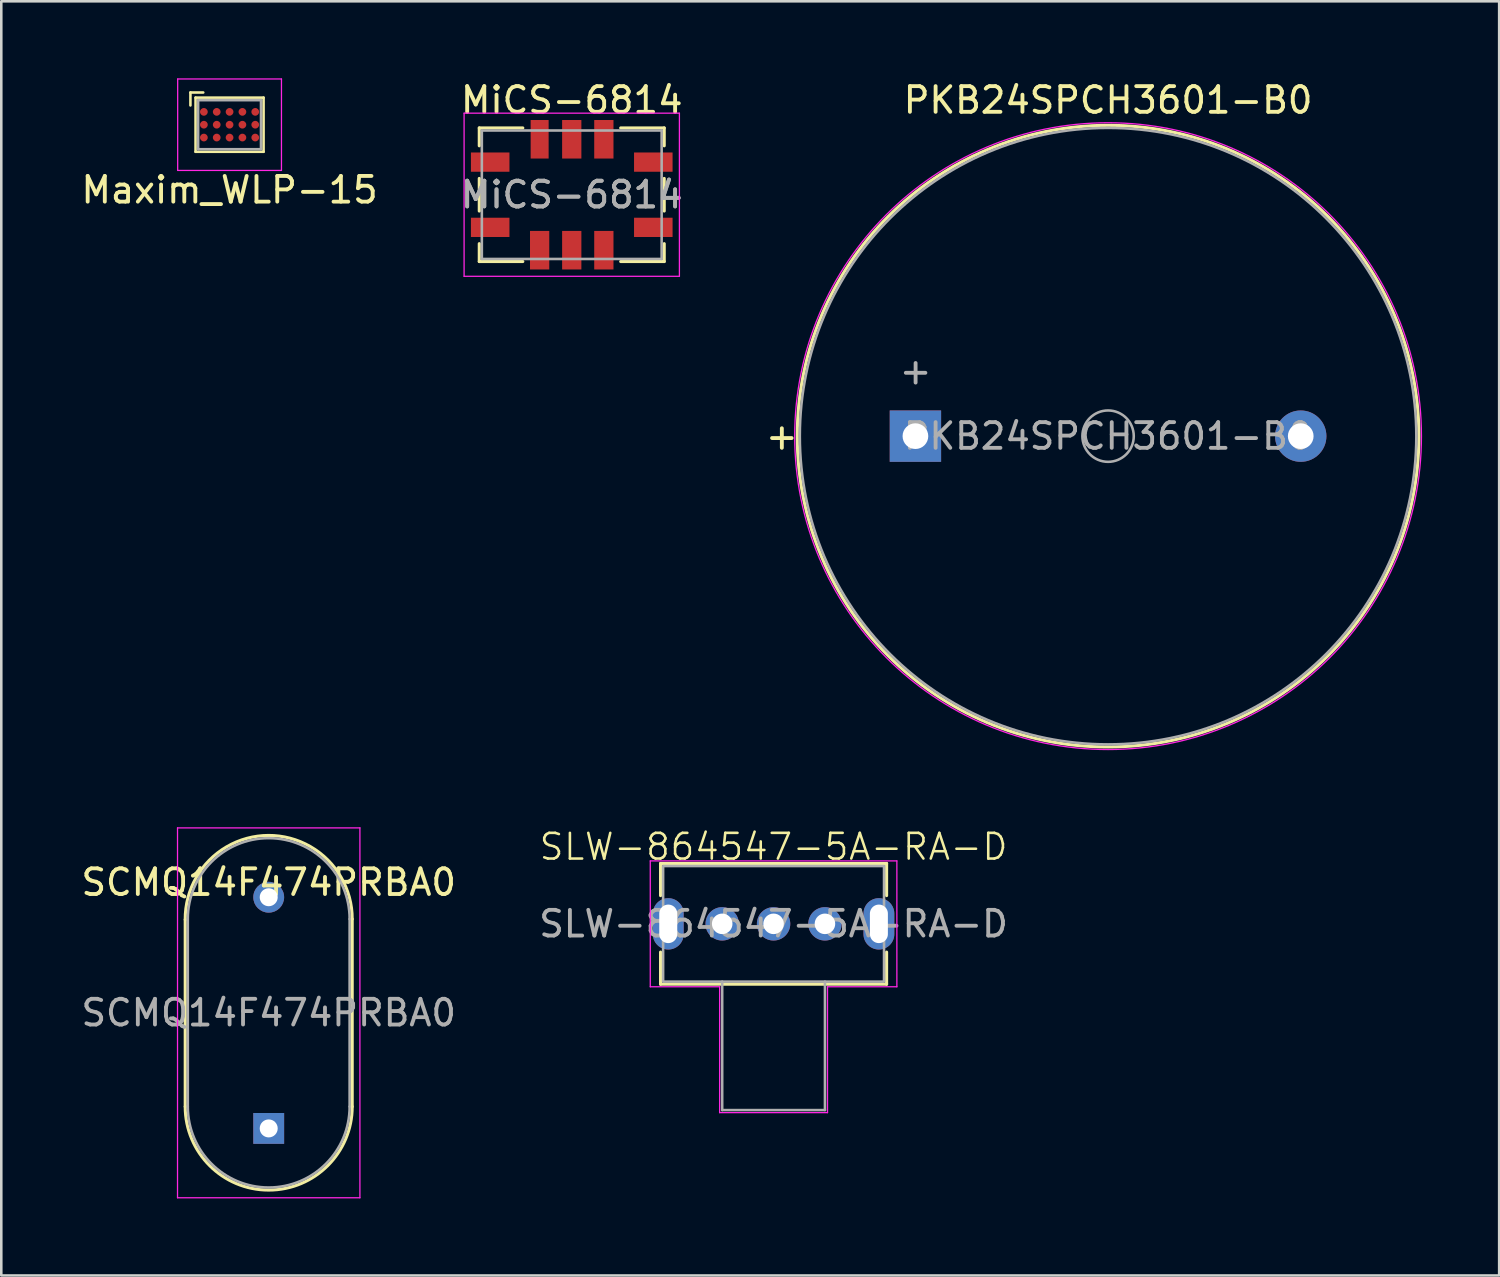
<source format=kicad_pcb>
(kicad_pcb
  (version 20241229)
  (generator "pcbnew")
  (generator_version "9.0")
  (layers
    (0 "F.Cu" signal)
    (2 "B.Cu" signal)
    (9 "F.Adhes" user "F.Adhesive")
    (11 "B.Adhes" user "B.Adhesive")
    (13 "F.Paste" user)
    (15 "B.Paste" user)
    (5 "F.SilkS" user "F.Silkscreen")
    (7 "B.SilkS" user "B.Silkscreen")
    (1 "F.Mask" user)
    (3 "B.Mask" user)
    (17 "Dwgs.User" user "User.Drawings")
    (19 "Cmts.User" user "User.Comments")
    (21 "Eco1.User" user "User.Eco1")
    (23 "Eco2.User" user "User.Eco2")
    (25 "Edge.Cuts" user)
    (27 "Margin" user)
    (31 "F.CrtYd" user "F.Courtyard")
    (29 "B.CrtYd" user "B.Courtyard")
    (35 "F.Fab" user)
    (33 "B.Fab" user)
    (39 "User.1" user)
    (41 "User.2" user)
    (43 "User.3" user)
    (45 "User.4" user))
  (footprint "SCMQ14F474PRBA0"
    (layer "F.Cu")
    (at 7.411 36.379)
    (property "Reference" "SCMQ14F474PRBA0" (at 0 -5.08 0) (unlocked yes) (layer "F.SilkS") (effects (font (size 1 1) (thickness 0.15))))
    (attr through_hole)
    (fp_line (start -3.25 3.65) (end -3.25 -3.63) (stroke (width 0.12) (type solid)) (layer "F.SilkS"))
    (fp_line (start 3.25 -3.65) (end 3.25 3.65) (stroke (width 0.12) (type solid)) (layer "F.SilkS"))
    (fp_arc (start -3.249938 -3.63) (mid -0.01 -6.899984) (end 3.25 -3.65) (stroke (width 0.12) (type default)) (layer "F.SilkS"))
    (fp_arc (start 3.25 3.65) (mid 0 6.9) (end -3.25 3.65) (stroke (width 0.12) (type default)) (layer "F.SilkS"))
    (fp_line (start -3.55 -7.2) (end 3.55 -7.2) (stroke (width 0.05) (type solid)) (layer "F.CrtYd"))
    (fp_line (start -3.55 7.2) (end -3.55 -7.2) (stroke (width 0.05) (type solid)) (layer "F.CrtYd"))
    (fp_line (start -3.55 7.2) (end 3.55 7.2) (stroke (width 0.05) (type solid)) (layer "F.CrtYd"))
    (fp_line (start 3.55 -7.2) (end 3.55 7.2) (stroke (width 0.05) (type solid)) (layer "F.CrtYd"))
    (fp_line (start -3.15 3.65) (end -3.15 -3.65) (stroke (width 0.1) (type solid)) (layer "F.Fab"))
    (fp_line (start 3.15 3.65) (end 3.15 -3.65) (stroke (width 0.1) (type solid)) (layer "F.Fab"))
    (fp_arc (start -3.15 -3.65) (mid 0 -6.8) (end 3.15 -3.65) (stroke (width 0.1) (type default)) (layer "F.Fab"))
    (fp_arc (start 3.15 3.65) (mid 0 6.8) (end -3.15 3.65) (stroke (width 0.1) (type default)) (layer "F.Fab"))
    (fp_text user "${REFERENCE}" (at 0 0 0) (unlocked yes) (layer "F.Fab") (effects (font (size 1 1) (thickness 0.15))))
    (pad "1" thru_hole circle (at 0 -4.5) (size 1.2 1.2) (drill 0.7) (layers "*.Cu" "*.Mask"))
    (pad "2" thru_hole rect (at 0 4.5) (size 1.2 1.2) (drill 0.7) (layers "*.Cu" "*.Mask")))
  (footprint "MiCS-6814"
    (layer "F.Cu")
    (at 19.208 4.531)
    (property "Reference" "MiCS-6814" (at 0 -3.683 180) (layer "F.SilkS") (effects (font (size 1 1) (thickness 0.15))))
    (attr smd)
    (fp_line (start -3.6 -2.6) (end -1.905 -2.6) (stroke (width 0.12) (type solid)) (layer "F.SilkS"))
    (fp_line (start -3.6 -1.905) (end -3.6 -2.6) (stroke (width 0.12) (type solid)) (layer "F.SilkS"))
    (fp_line (start -3.6 0.635) (end -3.6 -0.635) (stroke (width 0.12) (type solid)) (layer "F.SilkS"))
    (fp_line (start -3.6 2.6) (end -3.6 1.905) (stroke (width 0.12) (type solid)) (layer "F.SilkS"))
    (fp_line (start -1.905 2.6) (end -3.6 2.6) (stroke (width 0.12) (type solid)) (layer "F.SilkS"))
    (fp_line (start 1.905 -2.6) (end 3.6 -2.6) (stroke (width 0.12) (type solid)) (layer "F.SilkS"))
    (fp_line (start 3.6 -2.6) (end 3.6 -1.905) (stroke (width 0.12) (type solid)) (layer "F.SilkS"))
    (fp_line (start 3.6 -0.635) (end 3.6 0.635) (stroke (width 0.12) (type solid)) (layer "F.SilkS"))
    (fp_line (start 3.6 1.905) (end 3.6 2.6) (stroke (width 0.12) (type solid)) (layer "F.SilkS"))
    (fp_line (start 3.6 2.6) (end 1.905 2.6) (stroke (width 0.12) (type solid)) (layer "F.SilkS"))
    (fp_line (start -4.191 -3.175) (end -4.191 3.175) (stroke (width 0.05) (type solid)) (layer "F.CrtYd"))
    (fp_line (start -4.191 3.175) (end 4.191 3.175) (stroke (width 0.05) (type solid)) (layer "F.CrtYd"))
    (fp_line (start 4.191 -3.175) (end -4.191 -3.175) (stroke (width 0.05) (type solid)) (layer "F.CrtYd"))
    (fp_line (start 4.191 3.175) (end 4.191 -3.175) (stroke (width 0.05) (type solid)) (layer "F.CrtYd"))
    (fp_line (start -3.5 -2.5) (end 3.5 -2.5) (stroke (width 0.1) (type solid)) (layer "F.Fab"))
    (fp_line (start -3.5 2.5) (end -3.5 -2.5) (stroke (width 0.1) (type solid)) (layer "F.Fab"))
    (fp_line (start 3.5 -2.5) (end 3.5 2.5) (stroke (width 0.1) (type solid)) (layer "F.Fab"))
    (fp_line (start 3.5 2.5) (end -3.5 2.5) (stroke (width 0.1) (type solid)) (layer "F.Fab"))
    (fp_text user "MiCS-6814" (at 0 0 0) (unlocked yes) (layer "F.Fab") (effects (font (size 1 1) (thickness 0.15))))
    (fp_text user "${REFERENCE}" (at 0 0 0) (unlocked yes) (layer "F.Fab") (effects (font (size 1 1) (thickness 0.15))))
    (pad "A" smd rect (at -1.25 2.159) (size 0.75 1.5) (layers "F.Cu" "F.Mask" "F.Paste"))
    (pad "B" smd rect (at 0 2.159) (size 0.75 1.5) (layers "F.Cu" "F.Mask" "F.Paste"))
    (pad "C" smd rect (at 1.25 2.159) (size 0.75 1.5) (layers "F.Cu" "F.Mask" "F.Paste"))
    (pad "D" smd rect (at 3.175 1.27 90) (size 0.75 1.5) (layers "F.Cu" "F.Mask" "F.Paste"))
    (pad "E" smd rect (at 3.175 -1.27 90) (size 0.75 1.5) (layers "F.Cu" "F.Mask" "F.Paste"))
    (pad "F" smd rect (at 1.25 -2.159 180) (size 0.75 1.5) (layers "F.Cu" "F.Mask" "F.Paste"))
    (pad "G" smd rect (at 0 -2.159 180) (size 0.75 1.5) (layers "F.Cu" "F.Mask" "F.Paste"))
    (pad "H" smd rect (at -1.25 -2.159 180) (size 0.7 1.5) (layers "F.Cu" "F.Mask" "F.Paste"))
    (pad "J" smd rect (at -3.175 -1.27 270) (size 0.75 1.5) (layers "F.Cu" "F.Mask" "F.Paste"))
    (pad "K" smd rect (at -3.175 1.27 270) (size 0.75 1.5) (layers "F.Cu" "F.Mask" "F.Paste")))
  (footprint "Maxim_WLP-15"
    (layer "F.Cu")
    (at 5.887 1.805)
    (property "Reference" "Maxim_WLP-15" (at 0 2.54 0) (layer "F.SilkS") (effects (font (size 1 1) (thickness 0.15))))
    (attr smd)
    (fp_line (start -1.524 -1.254) (end -1.524 -0.75) (stroke (width 0.1) (type solid)) (layer "F.SilkS"))
    (fp_line (start -1.524 -1.254) (end -1.024 -1.254) (stroke (width 0.1) (type solid)) (layer "F.SilkS"))
    (fp_line (start -1.324 -1.054) (end -1.324 1.054) (stroke (width 0.1) (type solid)) (layer "F.SilkS"))
    (fp_line (start -1.324 -1.054) (end 1.324 -1.054) (stroke (width 0.1) (type solid)) (layer "F.SilkS"))
    (fp_line (start 1.324 1.054) (end -1.324 1.054) (stroke (width 0.1) (type solid)) (layer "F.SilkS"))
    (fp_line (start 1.324 1.054) (end 1.324 -1.054) (stroke (width 0.1) (type solid)) (layer "F.SilkS"))
    (fp_line (start -2.02 -1.78) (end 2.02 -1.78) (stroke (width 0.05) (type solid)) (layer "F.CrtYd"))
    (fp_line (start -2.02 1.78) (end -2.02 -1.78) (stroke (width 0.05) (type solid)) (layer "F.CrtYd"))
    (fp_line (start -2.02 1.78) (end 2.02 1.78) (stroke (width 0.05) (type solid)) (layer "F.CrtYd"))
    (fp_line (start 2.02 -1.78) (end 2.02 1.78) (stroke (width 0.05) (type solid)) (layer "F.CrtYd"))
    (fp_line (start -1.224 0.954) (end -1.224 -0.954) (stroke (width 0.1) (type solid)) (layer "F.Fab"))
    (fp_line (start -1.224 0.954) (end 1.224 0.954) (stroke (width 0.1) (type solid)) (layer "F.Fab"))
    (fp_line (start 1.224 -0.954) (end -1.224 -0.954) (stroke (width 0.1) (type solid)) (layer "F.Fab"))
    (fp_line (start 1.224 -0.954) (end 1.224 0.954) (stroke (width 0.1) (type solid)) (layer "F.Fab"))
    (pad "A1" smd circle (at -1 -0.5 90) (size 0.3 0.3) (layers "F.Cu" "F.Mask" "F.Paste"))
    (pad "A2" smd circle (at -0.5 -0.5 90) (size 0.3 0.3) (layers "F.Cu" "F.Mask" "F.Paste"))
    (pad "A3" smd circle (at 0 -0.5 90) (size 0.3 0.3) (layers "F.Cu" "F.Mask" "F.Paste"))
    (pad "A4" smd circle (at 0.5 -0.5 90) (size 0.3 0.3) (layers "F.Cu" "F.Mask" "F.Paste"))
    (pad "A5" smd circle (at 1 -0.5 90) (size 0.3 0.3) (layers "F.Cu" "F.Mask" "F.Paste"))
    (pad "B1" smd circle (at -1 0 90) (size 0.3 0.3) (layers "F.Cu" "F.Mask" "F.Paste"))
    (pad "B2" smd circle (at -0.5 0 90) (size 0.3 0.3) (layers "F.Cu" "F.Mask" "F.Paste"))
    (pad "B3" smd circle (at 0 0 90) (size 0.3 0.3) (layers "F.Cu" "F.Mask" "F.Paste"))
    (pad "B4" smd circle (at 0.5 0 90) (size 0.3 0.3) (layers "F.Cu" "F.Mask" "F.Paste"))
    (pad "B5" smd circle (at 1 0 90) (size 0.3 0.3) (layers "F.Cu" "F.Mask" "F.Paste"))
    (pad "C1" smd circle (at -1 0.5 90) (size 0.3 0.3) (layers "F.Cu" "F.Mask" "F.Paste"))
    (pad "C2" smd circle (at -0.5 0.5 90) (size 0.3 0.3) (layers "F.Cu" "F.Mask" "F.Paste"))
    (pad "C3" smd circle (at 0 0.5 90) (size 0.3 0.3) (layers "F.Cu" "F.Mask" "F.Paste"))
    (pad "C4" smd circle (at 0.5 0.5 90) (size 0.3 0.3) (layers "F.Cu" "F.Mask" "F.Paste"))
    (pad "C5" smd circle (at 1 0.5 90) (size 0.3 0.3) (layers "F.Cu" "F.Mask" "F.Paste")))
  (footprint "PKB24SPCH3601-B0"
    (layer "F.Cu")
    (at 40.087 13.929)
    (property "Reference" "PKB24SPCH3601-B0" (at 0 -13.081 0) (layer "F.SilkS") (effects (font (size 1 1) (thickness 0.15))))
    (attr through_hole)
    (fp_circle (center 0 0) (end 12.1 0) (stroke (width 0.12) (type solid)) (fill no) (layer "F.SilkS"))
    (fp_circle (center 0 0) (end 12.2 0) (stroke (width 0.05) (type solid)) (fill no) (layer "F.CrtYd"))
    (fp_circle (center 0 0) (end 1 0) (stroke (width 0.1) (type solid)) (fill no) (layer "F.Fab"))
    (fp_circle (center 0 0) (end 12 0) (stroke (width 0.1) (type solid)) (fill no) (layer "F.Fab"))
    (fp_text user "+" (at -12.7 0 0) (layer "F.SilkS") (effects (font (size 1 1) (thickness 0.15))))
    (fp_text user "+" (at -7.493 -2.54 0) (layer "F.Fab") (effects (font (size 1 1) (thickness 0.15))))
    (fp_text user "${REFERENCE}" (at 0 0 0) (layer "F.Fab") (effects (font (size 1 1) (thickness 0.15))))
    (pad "1" thru_hole rect (at -7.5 0) (size 2 2) (drill 1) (layers "*.Cu" "*.Mask"))
    (pad "2" thru_hole circle (at 7.5 0) (size 2 2) (drill 1) (layers "*.Cu" "*.Mask")))
  (footprint "SLW-864547-5A-RA-D"
    (layer "F.Cu")
    (at 27.065 32.915)
    (property "Reference" "SLW-864547-5A-RA-D" (at 0 -3 0) (unlocked yes) (layer "F.SilkS") (effects (font (size 1 1) (thickness 0.1))))
    (attr through_hole)
    (fp_line (start -4.4 -2.35) (end -4.4 -1.1) (stroke (width 0.12) (type default)) (layer "F.SilkS"))
    (fp_line (start -4.4 -2.35) (end 4.4 -2.35) (stroke (width 0.12) (type default)) (layer "F.SilkS"))
    (fp_line (start -4.4 2.35) (end -4.4 1.1) (stroke (width 0.12) (type default)) (layer "F.SilkS"))
    (fp_line (start 4.4 -2.35) (end 4.4 -1.1) (stroke (width 0.12) (type default)) (layer "F.SilkS"))
    (fp_line (start 4.4 2.35) (end -4.4 2.35) (stroke (width 0.12) (type default)) (layer "F.SilkS"))
    (fp_line (start 4.4 2.35) (end 4.4 1.1) (stroke (width 0.12) (type default)) (layer "F.SilkS"))
    (fp_line (start -4.8 -2.45) (end -4.8 2.45) (stroke (width 0.05) (type solid)) (layer "F.CrtYd"))
    (fp_line (start -4.8 -2.45) (end 4.8 -2.45) (stroke (width 0.05) (type solid)) (layer "F.CrtYd"))
    (fp_line (start -4.8 2.45) (end -2.1 2.45) (stroke (width 0.05) (type solid)) (layer "F.CrtYd"))
    (fp_line (start -2.1 7.35) (end -2.1 2.45) (stroke (width 0.05) (type default)) (layer "F.CrtYd"))
    (fp_line (start -2.1 7.35) (end 2.1 7.35) (stroke (width 0.05) (type solid)) (layer "F.CrtYd"))
    (fp_line (start 2.1 2.45) (end 2.1 7.35) (stroke (width 0.05) (type default)) (layer "F.CrtYd"))
    (fp_line (start 2.1 2.45) (end 4.8 2.45) (stroke (width 0.05) (type solid)) (layer "F.CrtYd"))
    (fp_line (start 4.8 -2.45) (end 4.8 2.45) (stroke (width 0.05) (type solid)) (layer "F.CrtYd"))
    (fp_line (start -2 2.25) (end -2 7.25) (stroke (width 0.1) (type default)) (layer "F.Fab"))
    (fp_line (start 2 2.25) (end 2 7.25) (stroke (width 0.1) (type default)) (layer "F.Fab"))
    (fp_line (start 2 7.25) (end -2 7.25) (stroke (width 0.1) (type default)) (layer "F.Fab"))
    (fp_rect (start -4.3 -2.25) (end 4.3 2.25) (stroke (width 0.1) (type default)) (fill no) (layer "F.Fab"))
    (fp_text user "${REFERENCE}" (at 0 0 0) (unlocked yes) (layer "F.Fab") (effects (font (size 1 1) (thickness 0.15))))
    (pad "" thru_hole oval (at -4.1 0) (size 1.2 2) (drill oval 0.7 1.5) (layers "*.Cu" "*.Mask"))
    (pad "" thru_hole oval (at 4.1 0) (size 1.2 2) (drill oval 0.7 1.5) (layers "*.Cu" "*.Mask"))
    (pad "1" thru_hole circle (at -2 0) (size 1.3 1.3) (drill 0.8) (layers "*.Cu" "*.Mask"))
    (pad "2" thru_hole circle (at 0 0) (size 1.3 1.3) (drill 0.8) (layers "*.Cu" "*.Mask"))
    (pad "3" thru_hole circle (at 2 0) (size 1.3 1.3) (drill 0.8) (layers "*.Cu" "*.Mask")))
  (gr_rect
    (start -3 -3)
    (end 55.312 46.604)
    (stroke (width 0.1) (type default))
    (fill no)
    (layer "Edge.Cuts")))
</source>
